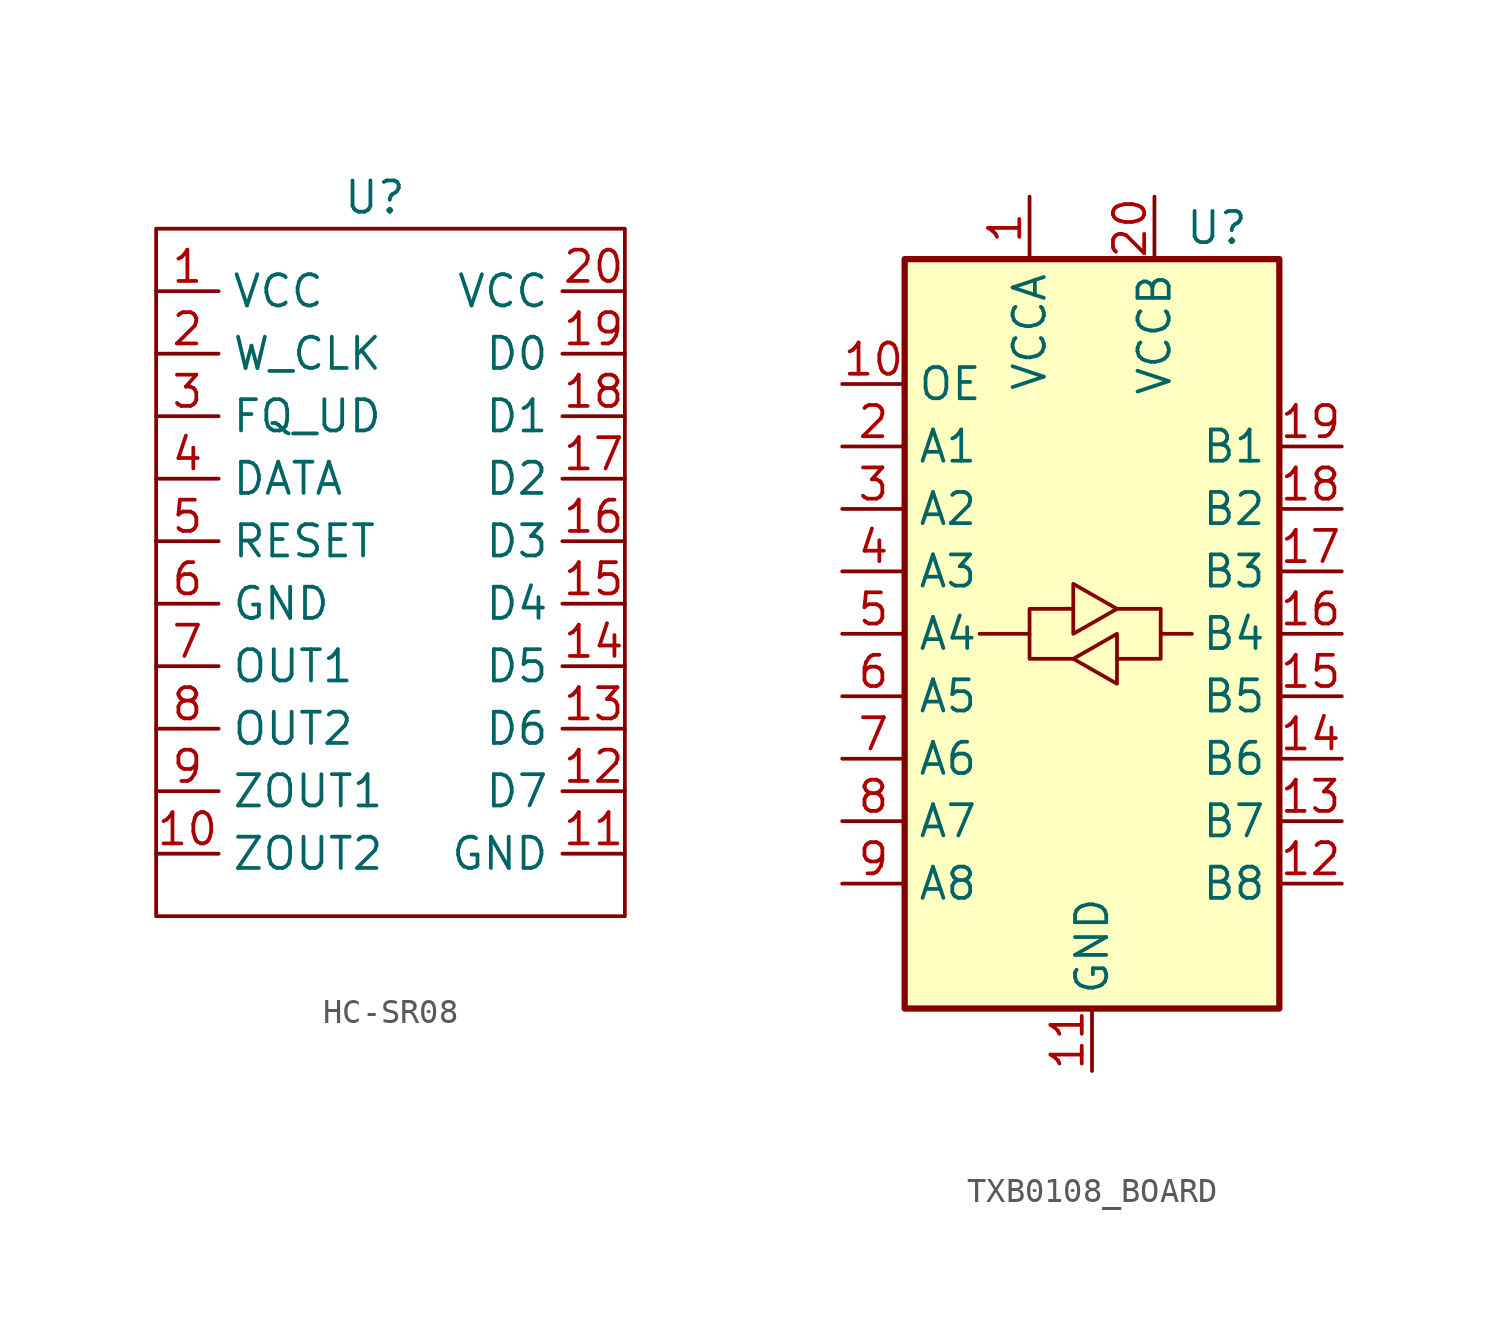
<source format=kicad_sym>
(kicad_symbol_lib
  (version 20231120)
  (generator "kicad_symbol_editor")
  (generator_version "8.0")
  (symbol "HC-SR08"
    (property "Reference" "U"
      (at 0 0 0)
      (effects (font (size 1.27 1.27))))
    (property "Value" ""
      (at 0 0 0)
      (effects (font (size 1.27 1.27))))
    (symbol "HC-SR08_0_1"
      (rectangle (start -8.89 -1.27) (end 10.16 -29.21) (stroke (width 0) (type default)) (fill (type none))))
    (symbol "HC-SR08_1_1"
      (pin power_in line (at -8.89 -3.81 0) (length 2.54) (name "VCC" (effects (font (size 1.27 1.27)))) (number "1" (effects (font (size 1.27 1.27)))))
      (pin output line (at -8.89 -26.67 0) (length 2.54) (name "ZOUT2" (effects (font (size 1.27 1.27)))) (number "10" (effects (font (size 1.27 1.27)))))
      (pin power_in line (at 10.16 -26.67 180) (length 2.54) (name "GND" (effects (font (size 1.27 1.27)))) (number "11" (effects (font (size 1.27 1.27)))))
      (pin input line (at 10.16 -24.13 180) (length 2.54) (name "D7" (effects (font (size 1.27 1.27)))) (number "12" (effects (font (size 1.27 1.27)))))
      (pin input line (at 10.16 -21.59 180) (length 2.54) (name "D6" (effects (font (size 1.27 1.27)))) (number "13" (effects (font (size 1.27 1.27)))))
      (pin input line (at 10.16 -19.05 180) (length 2.54) (name "D5" (effects (font (size 1.27 1.27)))) (number "14" (effects (font (size 1.27 1.27)))))
      (pin input line (at 10.16 -16.51 180) (length 2.54) (name "D4" (effects (font (size 1.27 1.27)))) (number "15" (effects (font (size 1.27 1.27)))))
      (pin input line (at 10.16 -13.97 180) (length 2.54) (name "D3" (effects (font (size 1.27 1.27)))) (number "16" (effects (font (size 1.27 1.27)))))
      (pin input line (at 10.16 -11.43 180) (length 2.54) (name "D2" (effects (font (size 1.27 1.27)))) (number "17" (effects (font (size 1.27 1.27)))))
      (pin input line (at 10.16 -8.89 180) (length 2.54) (name "D1" (effects (font (size 1.27 1.27)))) (number "18" (effects (font (size 1.27 1.27)))))
      (pin input line (at 10.16 -6.35 180) (length 2.54) (name "D0" (effects (font (size 1.27 1.27)))) (number "19" (effects (font (size 1.27 1.27)))))
      (pin input line (at -8.89 -6.35 0) (length 2.54) (name "W_CLK" (effects (font (size 1.27 1.27)))) (number "2" (effects (font (size 1.27 1.27)))))
      (pin input line (at 10.16 -3.81 180) (length 2.54) (name "VCC" (effects (font (size 1.27 1.27)))) (number "20" (effects (font (size 1.27 1.27)))))
      (pin input line (at -8.89 -8.89 0) (length 2.54) (name "FQ_UD" (effects (font (size 1.27 1.27)))) (number "3" (effects (font (size 1.27 1.27)))))
      (pin input line (at -8.89 -11.43 0) (length 2.54) (name "DATA" (effects (font (size 1.27 1.27)))) (number "4" (effects (font (size 1.27 1.27)))))
      (pin input line (at -8.89 -13.97 0) (length 2.54) (name "RESET" (effects (font (size 1.27 1.27)))) (number "5" (effects (font (size 1.27 1.27)))))
      (pin power_in line (at -8.89 -16.51 0) (length 2.54) (name "GND" (effects (font (size 1.27 1.27)))) (number "6" (effects (font (size 1.27 1.27)))))
      (pin output line (at -8.89 -19.05 0) (length 2.54) (name "OUT1" (effects (font (size 1.27 1.27)))) (number "7" (effects (font (size 1.27 1.27)))))
      (pin output line (at -8.89 -21.59 0) (length 2.54) (name "OUT2" (effects (font (size 1.27 1.27)))) (number "8" (effects (font (size 1.27 1.27)))))
      (pin output line (at -8.89 -24.13 0) (length 2.54) (name "ZOUT1" (effects (font (size 1.27 1.27)))) (number "9" (effects (font (size 1.27 1.27)))))))
  (symbol "TXB0108_BOARD"
    (property "Reference" "U"
      (at 0 0 0)
      (effects (font (size 1.27 1.27))))
    (property "Value" ""
      (at 0 0 0)
      (effects (font (size 1.27 1.27))))
    (symbol "TXB0108_BOARD_0_1"
      (rectangle (start -12.7 -1.27) (end 2.54 -31.75) (stroke (width 0.254) (type default)) (fill (type background)))
      (polyline (pts (xy -7.62 -16.51) (xy -7.62 -15.494) (xy -5.842 -15.494)) (stroke (width 0) (type default)) (fill (type none)))
      (polyline (pts (xy -2.286 -16.51) (xy -2.286 -17.526) (xy -4.064 -17.526)) (stroke (width 0) (type default)) (fill (type none)))
      (polyline (pts (xy -5.842 -17.526) (xy -7.62 -17.526) (xy -7.62 -16.51) (xy -9.652 -16.51)) (stroke (width 0) (type default)) (fill (type none)))
      (polyline (pts (xy -5.842 -17.526) (xy -4.064 -16.51) (xy -4.064 -18.542) (xy -5.842 -17.526)) (stroke (width 0) (type default)) (fill (type none)))
      (polyline (pts (xy -4.064 -15.494) (xy -5.842 -16.51) (xy -5.842 -14.478) (xy -4.064 -15.494)) (stroke (width 0) (type default)) (fill (type none)))
      (polyline (pts (xy -4.064 -15.494) (xy -2.286 -15.494) (xy -2.286 -16.51) (xy -1.016 -16.51)) (stroke (width 0) (type default)) (fill (type none))))
    (symbol "TXB0108_BOARD_1_1"
      (pin power_in line (at -7.62 1.27 270) (length 2.54) (name "VCCA" (effects (font (size 1.27 1.27)))) (number "1" (effects (font (size 1.27 1.27)))))
      (pin input line (at -15.24 -6.35 0) (length 2.54) (name "OE" (effects (font (size 1.27 1.27)))) (number "10" (effects (font (size 1.27 1.27)))))
      (pin power_in line (at -5.08 -34.29 90) (length 2.54) (name "GND" (effects (font (size 1.27 1.27)))) (number "11" (effects (font (size 1.27 1.27)))))
      (pin bidirectional line (at 5.08 -26.67 180) (length 2.54) (name "B8" (effects (font (size 1.27 1.27)))) (number "12" (effects (font (size 1.27 1.27)))))
      (pin bidirectional line (at 5.08 -24.13 180) (length 2.54) (name "B7" (effects (font (size 1.27 1.27)))) (number "13" (effects (font (size 1.27 1.27)))))
      (pin bidirectional line (at 5.08 -21.59 180) (length 2.54) (name "B6" (effects (font (size 1.27 1.27)))) (number "14" (effects (font (size 1.27 1.27)))))
      (pin bidirectional line (at 5.08 -19.05 180) (length 2.54) (name "B5" (effects (font (size 1.27 1.27)))) (number "15" (effects (font (size 1.27 1.27)))))
      (pin bidirectional line (at 5.08 -16.51 180) (length 2.54) (name "B4" (effects (font (size 1.27 1.27)))) (number "16" (effects (font (size 1.27 1.27)))))
      (pin bidirectional line (at 5.08 -13.97 180) (length 2.54) (name "B3" (effects (font (size 1.27 1.27)))) (number "17" (effects (font (size 1.27 1.27)))))
      (pin bidirectional line (at 5.08 -11.43 180) (length 2.54) (name "B2" (effects (font (size 1.27 1.27)))) (number "18" (effects (font (size 1.27 1.27)))))
      (pin bidirectional line (at 5.08 -8.89 180) (length 2.54) (name "B1" (effects (font (size 1.27 1.27)))) (number "19" (effects (font (size 1.27 1.27)))))
      (pin bidirectional line (at -15.24 -8.89 0) (length 2.54) (name "A1" (effects (font (size 1.27 1.27)))) (number "2" (effects (font (size 1.27 1.27)))))
      (pin power_in line (at -2.54 1.27 270) (length 2.54) (name "VCCB" (effects (font (size 1.27 1.27)))) (number "20" (effects (font (size 1.27 1.27)))))
      (pin bidirectional line (at -15.24 -11.43 0) (length 2.54) (name "A2" (effects (font (size 1.27 1.27)))) (number "3" (effects (font (size 1.27 1.27)))))
      (pin bidirectional line (at -15.24 -13.97 0) (length 2.54) (name "A3" (effects (font (size 1.27 1.27)))) (number "4" (effects (font (size 1.27 1.27)))))
      (pin bidirectional line (at -15.24 -16.51 0) (length 2.54) (name "A4" (effects (font (size 1.27 1.27)))) (number "5" (effects (font (size 1.27 1.27)))))
      (pin bidirectional line (at -15.24 -19.05 0) (length 2.54) (name "A5" (effects (font (size 1.27 1.27)))) (number "6" (effects (font (size 1.27 1.27)))))
      (pin bidirectional line (at -15.24 -21.59 0) (length 2.54) (name "A6" (effects (font (size 1.27 1.27)))) (number "7" (effects (font (size 1.27 1.27)))))
      (pin bidirectional line (at -15.24 -24.13 0) (length 2.54) (name "A7" (effects (font (size 1.27 1.27)))) (number "8" (effects (font (size 1.27 1.27)))))
      (pin bidirectional line (at -15.24 -26.67 0) (length 2.54) (name "A8" (effects (font (size 1.27 1.27)))) (number "9" (effects (font (size 1.27 1.27))))))))
</source>
